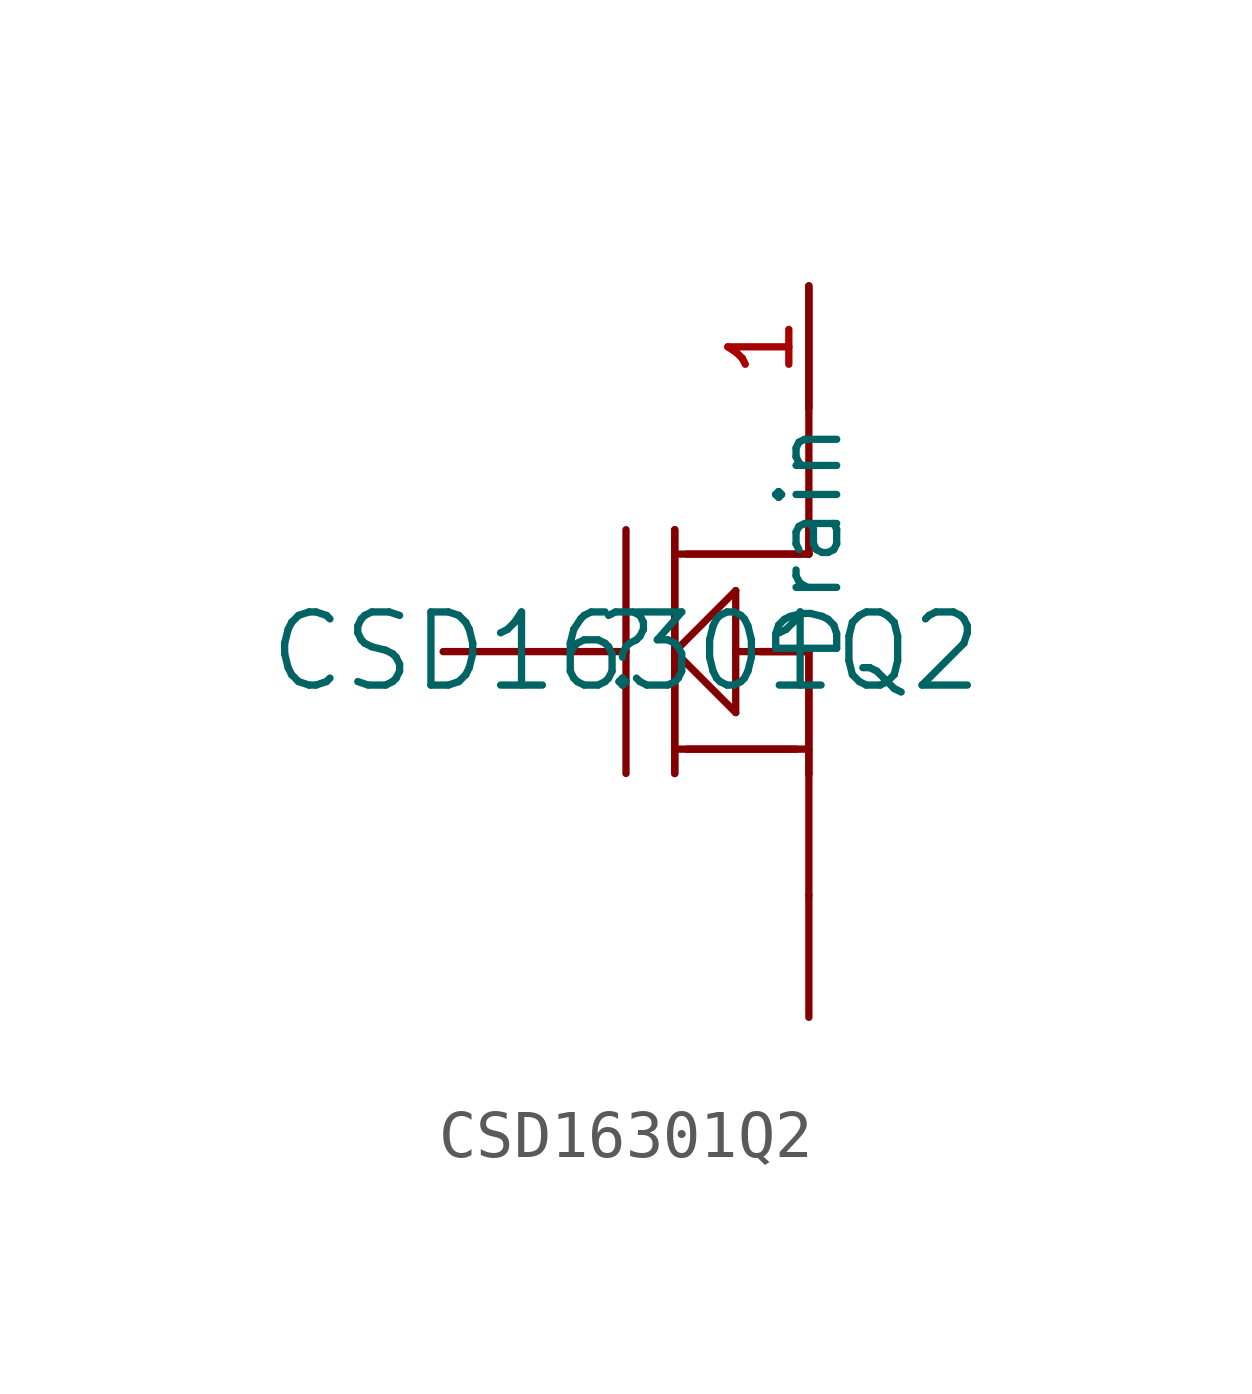
<source format=kicad_sym>
(kicad_symbol_lib
  (version 20211014)
  (generator kicad_symbol_editor)
  (symbol "CSD16301Q2"
    (pin_names
      (offset 0.254))
    (property "Reference" ""
      (at 0 0 0)
      (effects (font (size 1.524 1.524))))
    (property "Value" "CSD16301Q2"
      (at 0 0 0)
      (effects (font (size 1.524 1.524))))
    (polyline
      (pts (xy -3.81 0) (xy -1.27 0))
      (stroke (width 0.152) (type default) (color 0 0 0 0))
      (fill (type none)))
    (polyline
      (pts (xy 3.81 7.62) (xy 3.81 5.08))
      (stroke (width 0.152) (type default) (color 0 0 0 0))
      (fill (type none)))
    (polyline
      (pts (xy 3.81 -7.62) (xy 3.81 -5.08))
      (stroke (width 0.152) (type default) (color 0 0 0 0))
      (fill (type none)))
    (polyline
      (pts (xy 1.016 2.54) (xy 1.016 -2.54))
      (stroke (width 0.152) (type default) (color 0 0 0 0))
      (fill (type none)))
    (polyline
      (pts (xy 3.81 2.54) (xy 3.81 2.032))
      (stroke (width 0.152) (type default) (color 0 0 0 0))
      (fill (type none)))
    (polyline
      (pts (xy 3.81 2.032) (xy 1.27 2.032))
      (stroke (width 0.152) (type default) (color 0 0 0 0))
      (fill (type none)))
    (polyline
      (pts (xy 2.794 0) (xy 3.81 0))
      (stroke (width 0.152) (type default) (color 0 0 0 0))
      (fill (type none)))
    (polyline
      (pts (xy 3.81 0) (xy 3.81 -2.54))
      (stroke (width 0.152) (type default) (color 0 0 0 0))
      (fill (type none)))
    (polyline
      (pts (xy 1.27 -2.032) (xy 3.556 -2.032))
      (stroke (width 0.152) (type default) (color 0 0 0 0))
      (fill (type none)))
    (polyline
      (pts (xy 3.81 2.54) (xy 3.81 2.032))
      (stroke (width 0.152) (type default) (color 0 0 0 0))
      (fill (type none)))
    (polyline
      (pts (xy 3.81 2.032) (xy 1.016 2.032))
      (stroke (width 0.152) (type default) (color 0 0 0 0))
      (fill (type none)))
    (polyline
      (pts (xy 1.016 2.54) (xy 1.016 -2.54))
      (stroke (width 0.152) (type default) (color 0 0 0 0))
      (fill (type none)))
    (polyline
      (pts (xy 1.016 -2.032) (xy 3.81 -2.032))
      (stroke (width 0.152) (type default) (color 0 0 0 0))
      (fill (type none)))
    (polyline
      (pts (xy 1.016 0) (xy 2.286 1.27))
      (stroke (width 0.152) (type default) (color 0 0 0 0))
      (fill (type none)))
    (polyline
      (pts (xy 2.286 1.27) (xy 2.286 -1.27))
      (stroke (width 0.152) (type default) (color 0 0 0 0))
      (fill (type none)))
    (polyline
      (pts (xy 2.286 -1.27) (xy 1.016 0))
      (stroke (width 0.152) (type default) (color 0 0 0 0))
      (fill (type none)))
    (polyline
      (pts (xy 2.286 0) (xy 3.81 0))
      (stroke (width 0.152) (type default) (color 0 0 0 0))
      (fill (type none)))
    (polyline
      (pts (xy 3.81 0) (xy 3.81 -2.54))
      (stroke (width 0.152) (type default) (color 0 0 0 0))
      (fill (type none)))
    (polyline
      (pts (xy -1.27 0) (xy 0 0))
      (stroke (width 0.152) (type default) (color 0 0 0 0))
      (fill (type none)))
    (polyline
      (pts (xy 0 -2.54) (xy 0 2.54))
      (stroke (width 0.152) (type default) (color 0 0 0 0))
      (fill (type none)))
    (polyline
      (pts (xy 3.81 5.08) (xy 3.81 2.54))
      (stroke (width 0.152) (type default) (color 0 0 0 0))
      (fill (type none)))
    (polyline
      (pts (xy 3.81 -2.54) (xy 3.81 -5.08))
      (stroke (width 0.152) (type default) (color 0 0 0 0))
      (fill (type none)))
    (pin unspecified line
      (at 3.81 7.62 270)
      (length 2.54)
      (name "Drain" (effects (font (size 1.27 1.27))))
      (number "1" (effects (font (size 1.27 1.27)))))))
</source>
